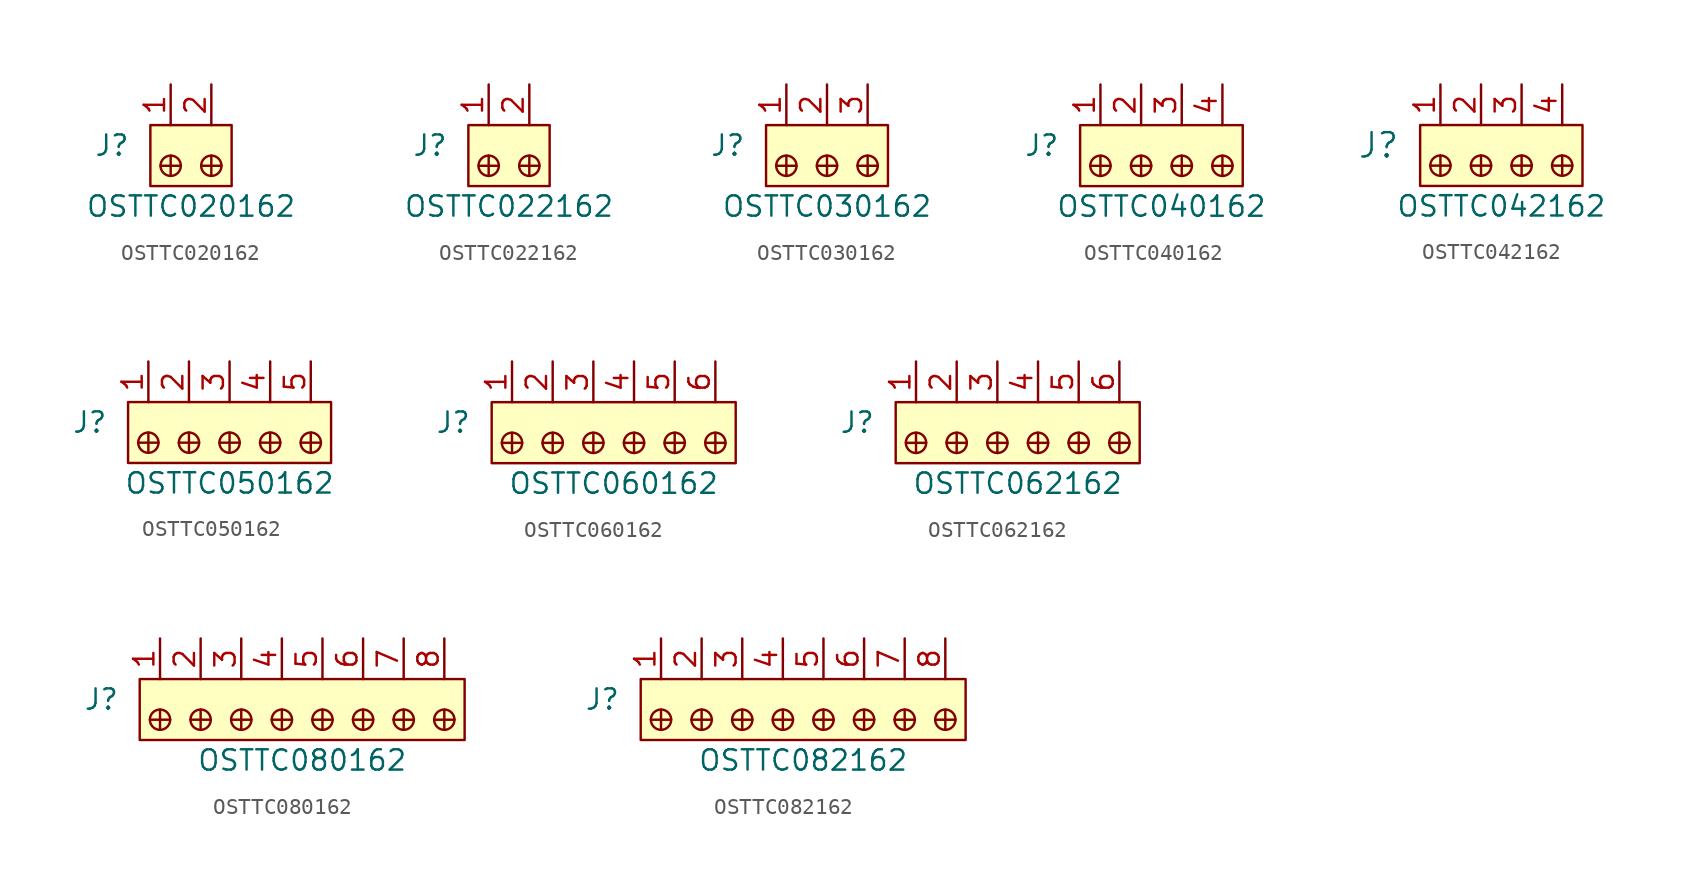
<source format=kicad_sym>
(kicad_symbol_lib
  (version 20201005)
  (generator kicad_symbol_editor)
  (symbol "OSTTC020162"
    (pin_names
      (offset 1.016))
    (property "Reference" "J"
      (at -2.54 1.27 0)
      (effects (font (size 1.27 1.27)) (justify right)))
    (property "Value" "OSTTC020162"
      (at 1.27 -2.54 0)
      (effects (font (size 1.27 1.27))))
    (symbol "OSTTC020162_1_1"
      (circle (center 0 0) (radius 0.635) (stroke (width 0)) (fill (type none)))
      (circle (center 2.54 0) (radius 0.635) (stroke (width 0)) (fill (type none)))
      (rectangle (start -1.27 2.54) (end 3.81 -1.27) (stroke (width 0)) (fill (type background)))
      (polyline (pts (xy 0 0.635) (xy 0 -0.635)) (stroke (width 0)) (fill (type none)))
      (polyline (pts (xy 0.635 0) (xy -0.635 0)) (stroke (width 0)) (fill (type none)))
      (polyline (pts (xy 1.905 0) (xy 3.175 0)) (stroke (width 0)) (fill (type none)))
      (polyline (pts (xy 2.54 0.635) (xy 2.54 -0.635)) (stroke (width 0)) (fill (type none)))
      (pin passive line (at 0 5.08 270) (length 2.54) (name "~" (effects (font (size 1.27 1.27)))) (number "1" (effects (font (size 1.27 1.27)))))
      (pin passive line (at 2.54 5.08 270) (length 2.54) (name "~" (effects (font (size 1.27 1.27)))) (number "2" (effects (font (size 1.27 1.27)))))))
  (symbol "OSTTC022162"
    (pin_names
      (offset 1.016))
    (property "Reference" "J"
      (at -2.54 -1.27 0)
      (effects (font (size 1.27 1.27)) (justify right)))
    (property "Value" "OSTTC022162"
      (at 1.27 -5.08 0)
      (effects (font (size 1.27 1.27))))
    (symbol "OSTTC022162_1_1"
      (circle (center 0 -2.54) (radius 0.635) (stroke (width 0)) (fill (type none)))
      (circle (center 2.54 -2.54) (radius 0.635) (stroke (width 0)) (fill (type none)))
      (rectangle (start -1.27 0) (end 3.81 -3.81) (stroke (width 0)) (fill (type background)))
      (polyline (pts (xy 0 -1.905) (xy 0 -3.175)) (stroke (width 0)) (fill (type none)))
      (polyline (pts (xy 0.635 -2.54) (xy -0.635 -2.54)) (stroke (width 0)) (fill (type none)))
      (polyline (pts (xy 1.905 -2.54) (xy 3.175 -2.54)) (stroke (width 0)) (fill (type none)))
      (polyline (pts (xy 2.54 -1.905) (xy 2.54 -3.175)) (stroke (width 0)) (fill (type none)))
      (pin passive line (at 0 2.54 270) (length 2.54) (name "~" (effects (font (size 1.27 1.27)))) (number "1" (effects (font (size 1.27 1.27)))))
      (pin passive line (at 2.54 2.54 270) (length 2.54) (name "~" (effects (font (size 1.27 1.27)))) (number "2" (effects (font (size 1.27 1.27)))))))
  (symbol "OSTTC030162"
    (pin_names
      (offset 1.016))
    (property "Reference" "J"
      (at -2.54 1.27 0)
      (effects (font (size 1.27 1.27)) (justify right)))
    (property "Value" "OSTTC030162"
      (at 2.54 -2.54 0)
      (effects (font (size 1.27 1.27))))
    (symbol "OSTTC030162_1_1"
      (circle (center 0 0) (radius 0.635) (stroke (width 0)) (fill (type none)))
      (circle (center 2.54 0) (radius 0.635) (stroke (width 0)) (fill (type none)))
      (circle (center 5.08 0) (radius 0.635) (stroke (width 0)) (fill (type none)))
      (rectangle (start -1.27 2.54) (end 6.35 -1.27) (stroke (width 0)) (fill (type background)))
      (polyline (pts (xy 0 0.635) (xy 0 -0.635)) (stroke (width 0)) (fill (type none)))
      (polyline (pts (xy 0.635 0) (xy -0.635 0)) (stroke (width 0)) (fill (type none)))
      (polyline (pts (xy 1.905 0) (xy 3.175 0)) (stroke (width 0)) (fill (type none)))
      (polyline (pts (xy 2.54 0.635) (xy 2.54 -0.635)) (stroke (width 0)) (fill (type none)))
      (polyline (pts (xy 4.445 0) (xy 5.715 0)) (stroke (width 0)) (fill (type none)))
      (polyline (pts (xy 5.08 0.635) (xy 5.08 -0.635)) (stroke (width 0)) (fill (type none)))
      (pin passive line (at 0 5.08 270) (length 2.54) (name "~" (effects (font (size 1.27 1.27)))) (number "1" (effects (font (size 1.27 1.27)))))
      (pin passive line (at 2.54 5.08 270) (length 2.54) (name "~" (effects (font (size 1.27 1.27)))) (number "2" (effects (font (size 1.27 1.27)))))
      (pin passive line (at 5.08 5.08 270) (length 2.54) (name "~" (effects (font (size 1.27 1.27)))) (number "3" (effects (font (size 1.27 1.27)))))))
  (symbol "OSTTC040162"
    (pin_names
      (offset 1.016))
    (property "Reference" "J"
      (at -2.54 -1.27 0)
      (effects (font (size 1.27 1.27)) (justify right)))
    (property "Value" "OSTTC040162"
      (at 3.81 -5.08 0)
      (effects (font (size 1.27 1.27))))
    (symbol "OSTTC040162_1_1"
      (circle (center 0 -2.54) (radius 0.635) (stroke (width 0)) (fill (type none)))
      (circle (center 2.54 -2.54) (radius 0.635) (stroke (width 0)) (fill (type none)))
      (circle (center 5.08 -2.54) (radius 0.635) (stroke (width 0)) (fill (type none)))
      (circle (center 7.62 -2.54) (radius 0.635) (stroke (width 0)) (fill (type none)))
      (rectangle (start -1.27 0) (end 8.89 -3.81) (stroke (width 0)) (fill (type background)))
      (polyline (pts (xy 0 -1.905) (xy 0 -3.175)) (stroke (width 0)) (fill (type none)))
      (polyline (pts (xy 0.635 -2.54) (xy -0.635 -2.54)) (stroke (width 0)) (fill (type none)))
      (polyline (pts (xy 1.905 -2.54) (xy 3.175 -2.54)) (stroke (width 0)) (fill (type none)))
      (polyline (pts (xy 2.54 -1.905) (xy 2.54 -3.175)) (stroke (width 0)) (fill (type none)))
      (polyline (pts (xy 5.08 -1.905) (xy 5.08 -3.175)) (stroke (width 0)) (fill (type none)))
      (polyline (pts (xy 5.715 -2.54) (xy 4.445 -2.54)) (stroke (width 0)) (fill (type none)))
      (polyline (pts (xy 6.985 -2.54) (xy 8.255 -2.54)) (stroke (width 0)) (fill (type none)))
      (polyline (pts (xy 7.62 -1.905) (xy 7.62 -3.175)) (stroke (width 0)) (fill (type none)))
      (pin passive line (at 0 2.54 270) (length 2.54) (name "~" (effects (font (size 1.27 1.27)))) (number "1" (effects (font (size 1.27 1.27)))))
      (pin passive line (at 2.54 2.54 270) (length 2.54) (name "~" (effects (font (size 1.27 1.27)))) (number "2" (effects (font (size 1.27 1.27)))))
      (pin passive line (at 5.08 2.54 270) (length 2.54) (name "~" (effects (font (size 1.27 1.27)))) (number "3" (effects (font (size 1.27 1.27)))))
      (pin passive line (at 7.62 2.54 270) (length 2.54) (name "~" (effects (font (size 1.27 1.27)))) (number "4" (effects (font (size 1.27 1.27)))))))
  (symbol "OSTTC042162"
    (pin_names
      (offset 1.016))
    (property "Reference" "J"
      (at -2.54 -1.27 0)
      (effects (font (size 1.524 1.524)) (justify right)))
    (property "Value" "OSTTC042162"
      (at 3.81 -5.08 0)
      (effects (font (size 1.27 1.27))))
    (symbol "OSTTC042162_1_1"
      (circle (center 0 -2.54) (radius 0.635) (stroke (width 0)) (fill (type none)))
      (circle (center 2.54 -2.54) (radius 0.635) (stroke (width 0)) (fill (type none)))
      (circle (center 5.08 -2.54) (radius 0.635) (stroke (width 0)) (fill (type none)))
      (circle (center 7.62 -2.54) (radius 0.635) (stroke (width 0)) (fill (type none)))
      (rectangle (start -1.27 0) (end 8.89 -3.81) (stroke (width 0)) (fill (type background)))
      (polyline (pts (xy 0 -1.905) (xy 0 -3.175)) (stroke (width 0)) (fill (type none)))
      (polyline (pts (xy 0.635 -2.54) (xy -0.635 -2.54)) (stroke (width 0)) (fill (type none)))
      (polyline (pts (xy 1.905 -2.54) (xy 3.175 -2.54)) (stroke (width 0)) (fill (type none)))
      (polyline (pts (xy 2.54 -1.905) (xy 2.54 -3.175)) (stroke (width 0)) (fill (type none)))
      (polyline (pts (xy 5.08 -1.905) (xy 5.08 -3.175)) (stroke (width 0)) (fill (type none)))
      (polyline (pts (xy 5.715 -2.54) (xy 4.445 -2.54)) (stroke (width 0)) (fill (type none)))
      (polyline (pts (xy 6.985 -2.54) (xy 8.255 -2.54)) (stroke (width 0)) (fill (type none)))
      (polyline (pts (xy 7.62 -1.905) (xy 7.62 -3.175)) (stroke (width 0)) (fill (type none)))
      (pin passive line (at 0 2.54 270) (length 2.54) (name "~" (effects (font (size 1.27 1.27)))) (number "1" (effects (font (size 1.27 1.27)))))
      (pin passive line (at 2.54 2.54 270) (length 2.54) (name "~" (effects (font (size 1.27 1.27)))) (number "2" (effects (font (size 1.27 1.27)))))
      (pin passive line (at 5.08 2.54 270) (length 2.54) (name "~" (effects (font (size 1.27 1.27)))) (number "3" (effects (font (size 1.27 1.27)))))
      (pin passive line (at 7.62 2.54 270) (length 2.54) (name "~" (effects (font (size 1.27 1.27)))) (number "4" (effects (font (size 1.27 1.27)))))))
  (symbol "OSTTC050162"
    (pin_names
      (offset 1.016))
    (property "Reference" "J"
      (at -2.54 -1.27 0)
      (effects (font (size 1.27 1.27)) (justify right)))
    (property "Value" "OSTTC050162"
      (at 5.08 -5.08 0)
      (effects (font (size 1.27 1.27))))
    (symbol "OSTTC050162_1_1"
      (circle (center 0 -2.54) (radius 0.635) (stroke (width 0)) (fill (type none)))
      (circle (center 2.54 -2.54) (radius 0.635) (stroke (width 0)) (fill (type none)))
      (circle (center 5.08 -2.54) (radius 0.635) (stroke (width 0)) (fill (type none)))
      (circle (center 7.62 -2.54) (radius 0.635) (stroke (width 0)) (fill (type none)))
      (circle (center 10.16 -2.54) (radius 0.635) (stroke (width 0)) (fill (type none)))
      (rectangle (start -1.27 0) (end 11.43 -3.81) (stroke (width 0)) (fill (type background)))
      (polyline (pts (xy 0 -1.905) (xy 0 -3.175)) (stroke (width 0)) (fill (type none)))
      (polyline (pts (xy 0.635 -2.54) (xy -0.635 -2.54)) (stroke (width 0)) (fill (type none)))
      (polyline (pts (xy 1.905 -2.54) (xy 3.175 -2.54)) (stroke (width 0)) (fill (type none)))
      (polyline (pts (xy 2.54 -1.905) (xy 2.54 -3.175)) (stroke (width 0)) (fill (type none)))
      (polyline (pts (xy 5.08 -1.905) (xy 5.08 -3.175)) (stroke (width 0)) (fill (type none)))
      (polyline (pts (xy 5.715 -2.54) (xy 4.445 -2.54)) (stroke (width 0)) (fill (type none)))
      (polyline (pts (xy 6.985 -2.54) (xy 8.255 -2.54)) (stroke (width 0)) (fill (type none)))
      (polyline (pts (xy 7.62 -1.905) (xy 7.62 -3.175)) (stroke (width 0)) (fill (type none)))
      (polyline (pts (xy 9.525 -2.54) (xy 10.795 -2.54)) (stroke (width 0)) (fill (type none)))
      (polyline (pts (xy 10.16 -1.905) (xy 10.16 -3.175)) (stroke (width 0)) (fill (type none)))
      (pin passive line (at 0 2.54 270) (length 2.54) (name "~" (effects (font (size 1.27 1.27)))) (number "1" (effects (font (size 1.27 1.27)))))
      (pin passive line (at 2.54 2.54 270) (length 2.54) (name "~" (effects (font (size 1.27 1.27)))) (number "2" (effects (font (size 1.27 1.27)))))
      (pin passive line (at 5.08 2.54 270) (length 2.54) (name "~" (effects (font (size 1.27 1.27)))) (number "3" (effects (font (size 1.27 1.27)))))
      (pin passive line (at 7.62 2.54 270) (length 2.54) (name "~" (effects (font (size 1.27 1.27)))) (number "4" (effects (font (size 1.27 1.27)))))
      (pin passive line (at 10.16 2.54 270) (length 2.54) (name "~" (effects (font (size 1.27 1.27)))) (number "5" (effects (font (size 1.27 1.27)))))))
  (symbol "OSTTC060162"
    (pin_names
      (offset 1.016))
    (property "Reference" "J"
      (at -2.54 -1.27 0)
      (effects (font (size 1.27 1.27)) (justify right)))
    (property "Value" "OSTTC060162"
      (at 6.35 -5.08 0)
      (effects (font (size 1.27 1.27))))
    (symbol "OSTTC060162_1_1"
      (circle (center 0 -2.54) (radius 0.635) (stroke (width 0)) (fill (type none)))
      (circle (center 2.54 -2.54) (radius 0.635) (stroke (width 0)) (fill (type none)))
      (circle (center 5.08 -2.54) (radius 0.635) (stroke (width 0)) (fill (type none)))
      (circle (center 7.62 -2.54) (radius 0.635) (stroke (width 0)) (fill (type none)))
      (circle (center 10.16 -2.54) (radius 0.635) (stroke (width 0)) (fill (type none)))
      (circle (center 12.7 -2.54) (radius 0.635) (stroke (width 0)) (fill (type none)))
      (rectangle (start -1.27 0) (end 13.97 -3.81) (stroke (width 0)) (fill (type background)))
      (polyline (pts (xy 0 -1.905) (xy 0 -3.175)) (stroke (width 0)) (fill (type none)))
      (polyline (pts (xy 0.635 -2.54) (xy -0.635 -2.54)) (stroke (width 0)) (fill (type none)))
      (polyline (pts (xy 1.905 -2.54) (xy 3.175 -2.54)) (stroke (width 0)) (fill (type none)))
      (polyline (pts (xy 2.54 -1.905) (xy 2.54 -3.175)) (stroke (width 0)) (fill (type none)))
      (polyline (pts (xy 5.08 -1.905) (xy 5.08 -3.175)) (stroke (width 0)) (fill (type none)))
      (polyline (pts (xy 5.715 -2.54) (xy 4.445 -2.54)) (stroke (width 0)) (fill (type none)))
      (polyline (pts (xy 6.985 -2.54) (xy 8.255 -2.54)) (stroke (width 0)) (fill (type none)))
      (polyline (pts (xy 7.62 -1.905) (xy 7.62 -3.175)) (stroke (width 0)) (fill (type none)))
      (polyline (pts (xy 10.16 -1.905) (xy 10.16 -3.175)) (stroke (width 0)) (fill (type none)))
      (polyline (pts (xy 10.795 -2.54) (xy 9.525 -2.54)) (stroke (width 0)) (fill (type none)))
      (polyline (pts (xy 12.065 -2.54) (xy 13.335 -2.54)) (stroke (width 0)) (fill (type none)))
      (polyline (pts (xy 12.7 -1.905) (xy 12.7 -3.175)) (stroke (width 0)) (fill (type none)))
      (pin passive line (at 0 2.54 270) (length 2.54) (name "~" (effects (font (size 1.27 1.27)))) (number "1" (effects (font (size 1.27 1.27)))))
      (pin passive line (at 2.54 2.54 270) (length 2.54) (name "~" (effects (font (size 1.27 1.27)))) (number "2" (effects (font (size 1.27 1.27)))))
      (pin passive line (at 5.08 2.54 270) (length 2.54) (name "~" (effects (font (size 1.27 1.27)))) (number "3" (effects (font (size 1.27 1.27)))))
      (pin passive line (at 7.62 2.54 270) (length 2.54) (name "~" (effects (font (size 1.27 1.27)))) (number "4" (effects (font (size 1.27 1.27)))))
      (pin passive line (at 10.16 2.54 270) (length 2.54) (name "~" (effects (font (size 1.27 1.27)))) (number "5" (effects (font (size 1.27 1.27)))))
      (pin passive line (at 12.7 2.54 270) (length 2.54) (name "~" (effects (font (size 1.27 1.27)))) (number "6" (effects (font (size 1.27 1.27)))))))
  (symbol "OSTTC062162"
    (pin_names
      (offset 1.016))
    (property "Reference" "J"
      (at -2.54 -1.27 0)
      (effects (font (size 1.27 1.27)) (justify right)))
    (property "Value" "OSTTC062162"
      (at 6.35 -5.08 0)
      (effects (font (size 1.27 1.27))))
    (symbol "OSTTC062162_1_1"
      (circle (center 0 -2.54) (radius 0.635) (stroke (width 0)) (fill (type none)))
      (circle (center 2.54 -2.54) (radius 0.635) (stroke (width 0)) (fill (type none)))
      (circle (center 5.08 -2.54) (radius 0.635) (stroke (width 0)) (fill (type none)))
      (circle (center 7.62 -2.54) (radius 0.635) (stroke (width 0)) (fill (type none)))
      (circle (center 10.16 -2.54) (radius 0.635) (stroke (width 0)) (fill (type none)))
      (circle (center 12.7 -2.54) (radius 0.635) (stroke (width 0)) (fill (type none)))
      (rectangle (start -1.27 0) (end 13.97 -3.81) (stroke (width 0)) (fill (type background)))
      (polyline (pts (xy 0 -1.905) (xy 0 -3.175)) (stroke (width 0)) (fill (type none)))
      (polyline (pts (xy 0.635 -2.54) (xy -0.635 -2.54)) (stroke (width 0)) (fill (type none)))
      (polyline (pts (xy 1.905 -2.54) (xy 3.175 -2.54)) (stroke (width 0)) (fill (type none)))
      (polyline (pts (xy 2.54 -1.905) (xy 2.54 -3.175)) (stroke (width 0)) (fill (type none)))
      (polyline (pts (xy 5.08 -1.905) (xy 5.08 -3.175)) (stroke (width 0)) (fill (type none)))
      (polyline (pts (xy 5.715 -2.54) (xy 4.445 -2.54)) (stroke (width 0)) (fill (type none)))
      (polyline (pts (xy 6.985 -2.54) (xy 8.255 -2.54)) (stroke (width 0)) (fill (type none)))
      (polyline (pts (xy 7.62 -1.905) (xy 7.62 -3.175)) (stroke (width 0)) (fill (type none)))
      (polyline (pts (xy 10.16 -1.905) (xy 10.16 -3.175)) (stroke (width 0)) (fill (type none)))
      (polyline (pts (xy 10.795 -2.54) (xy 9.525 -2.54)) (stroke (width 0)) (fill (type none)))
      (polyline (pts (xy 12.065 -2.54) (xy 13.335 -2.54)) (stroke (width 0)) (fill (type none)))
      (polyline (pts (xy 12.7 -1.905) (xy 12.7 -3.175)) (stroke (width 0)) (fill (type none)))
      (pin passive line (at 0 2.54 270) (length 2.54) (name "~" (effects (font (size 1.27 1.27)))) (number "1" (effects (font (size 1.27 1.27)))))
      (pin passive line (at 2.54 2.54 270) (length 2.54) (name "~" (effects (font (size 1.27 1.27)))) (number "2" (effects (font (size 1.27 1.27)))))
      (pin passive line (at 5.08 2.54 270) (length 2.54) (name "~" (effects (font (size 1.27 1.27)))) (number "3" (effects (font (size 1.27 1.27)))))
      (pin passive line (at 7.62 2.54 270) (length 2.54) (name "~" (effects (font (size 1.27 1.27)))) (number "4" (effects (font (size 1.27 1.27)))))
      (pin passive line (at 10.16 2.54 270) (length 2.54) (name "~" (effects (font (size 1.27 1.27)))) (number "5" (effects (font (size 1.27 1.27)))))
      (pin passive line (at 12.7 2.54 270) (length 2.54) (name "~" (effects (font (size 1.27 1.27)))) (number "6" (effects (font (size 1.27 1.27)))))))
  (symbol "OSTTC080162"
    (pin_names
      (offset 1.016))
    (property "Reference" "J"
      (at -2.54 -1.27 0)
      (effects (font (size 1.27 1.27)) (justify right)))
    (property "Value" "OSTTC080162"
      (at 8.89 -5.08 0)
      (effects (font (size 1.27 1.27))))
    (symbol "OSTTC080162_1_1"
      (circle (center 0 -2.54) (radius 0.635) (stroke (width 0)) (fill (type none)))
      (circle (center 2.54 -2.54) (radius 0.635) (stroke (width 0)) (fill (type none)))
      (circle (center 5.08 -2.54) (radius 0.635) (stroke (width 0)) (fill (type none)))
      (circle (center 7.62 -2.54) (radius 0.635) (stroke (width 0)) (fill (type none)))
      (circle (center 10.16 -2.54) (radius 0.635) (stroke (width 0)) (fill (type none)))
      (circle (center 12.7 -2.54) (radius 0.635) (stroke (width 0)) (fill (type none)))
      (circle (center 15.24 -2.54) (radius 0.635) (stroke (width 0)) (fill (type none)))
      (circle (center 17.78 -2.54) (radius 0.635) (stroke (width 0)) (fill (type none)))
      (rectangle (start -1.27 0) (end 19.05 -3.81) (stroke (width 0)) (fill (type background)))
      (polyline (pts (xy 0 -1.905) (xy 0 -3.175)) (stroke (width 0)) (fill (type none)))
      (polyline (pts (xy 0.635 -2.54) (xy -0.635 -2.54)) (stroke (width 0)) (fill (type none)))
      (polyline (pts (xy 1.905 -2.54) (xy 3.175 -2.54)) (stroke (width 0)) (fill (type none)))
      (polyline (pts (xy 2.54 -1.905) (xy 2.54 -3.175)) (stroke (width 0)) (fill (type none)))
      (polyline (pts (xy 5.08 -1.905) (xy 5.08 -3.175)) (stroke (width 0)) (fill (type none)))
      (polyline (pts (xy 5.715 -2.54) (xy 4.445 -2.54)) (stroke (width 0)) (fill (type none)))
      (polyline (pts (xy 6.985 -2.54) (xy 8.255 -2.54)) (stroke (width 0)) (fill (type none)))
      (polyline (pts (xy 7.62 -1.905) (xy 7.62 -3.175)) (stroke (width 0)) (fill (type none)))
      (polyline (pts (xy 10.16 -1.905) (xy 10.16 -3.175)) (stroke (width 0)) (fill (type none)))
      (polyline (pts (xy 10.795 -2.54) (xy 9.525 -2.54)) (stroke (width 0)) (fill (type none)))
      (polyline (pts (xy 12.065 -2.54) (xy 13.335 -2.54)) (stroke (width 0)) (fill (type none)))
      (polyline (pts (xy 12.7 -1.905) (xy 12.7 -3.175)) (stroke (width 0)) (fill (type none)))
      (polyline (pts (xy 15.24 -1.905) (xy 15.24 -3.175)) (stroke (width 0)) (fill (type none)))
      (polyline (pts (xy 15.875 -2.54) (xy 14.605 -2.54)) (stroke (width 0)) (fill (type none)))
      (polyline (pts (xy 17.145 -2.54) (xy 18.415 -2.54)) (stroke (width 0)) (fill (type none)))
      (polyline (pts (xy 17.78 -1.905) (xy 17.78 -3.175)) (stroke (width 0)) (fill (type none)))
      (pin passive line (at 0 2.54 270) (length 2.54) (name "~" (effects (font (size 1.27 1.27)))) (number "1" (effects (font (size 1.27 1.27)))))
      (pin passive line (at 2.54 2.54 270) (length 2.54) (name "~" (effects (font (size 1.27 1.27)))) (number "2" (effects (font (size 1.27 1.27)))))
      (pin passive line (at 5.08 2.54 270) (length 2.54) (name "~" (effects (font (size 1.27 1.27)))) (number "3" (effects (font (size 1.27 1.27)))))
      (pin passive line (at 7.62 2.54 270) (length 2.54) (name "~" (effects (font (size 1.27 1.27)))) (number "4" (effects (font (size 1.27 1.27)))))
      (pin passive line (at 10.16 2.54 270) (length 2.54) (name "~" (effects (font (size 1.27 1.27)))) (number "5" (effects (font (size 1.27 1.27)))))
      (pin passive line (at 12.7 2.54 270) (length 2.54) (name "~" (effects (font (size 1.27 1.27)))) (number "6" (effects (font (size 1.27 1.27)))))
      (pin passive line (at 15.24 2.54 270) (length 2.54) (name "~" (effects (font (size 1.27 1.27)))) (number "7" (effects (font (size 1.27 1.27)))))
      (pin passive line (at 17.78 2.54 270) (length 2.54) (name "~" (effects (font (size 1.27 1.27)))) (number "8" (effects (font (size 1.27 1.27)))))))
  (symbol "OSTTC082162"
    (pin_names
      (offset 1.016))
    (property "Reference" "J"
      (at -2.54 -1.27 0)
      (effects (font (size 1.27 1.27)) (justify right)))
    (property "Value" "OSTTC082162"
      (at 8.89 -5.08 0)
      (effects (font (size 1.27 1.27))))
    (symbol "OSTTC082162_1_1"
      (circle (center 0 -2.54) (radius 0.635) (stroke (width 0)) (fill (type none)))
      (circle (center 2.54 -2.54) (radius 0.635) (stroke (width 0)) (fill (type none)))
      (circle (center 5.08 -2.54) (radius 0.635) (stroke (width 0)) (fill (type none)))
      (circle (center 7.62 -2.54) (radius 0.635) (stroke (width 0)) (fill (type none)))
      (circle (center 10.16 -2.54) (radius 0.635) (stroke (width 0)) (fill (type none)))
      (circle (center 12.7 -2.54) (radius 0.635) (stroke (width 0)) (fill (type none)))
      (circle (center 15.24 -2.54) (radius 0.635) (stroke (width 0)) (fill (type none)))
      (circle (center 17.78 -2.54) (radius 0.635) (stroke (width 0)) (fill (type none)))
      (rectangle (start -1.27 0) (end 19.05 -3.81) (stroke (width 0)) (fill (type background)))
      (polyline (pts (xy 0 -1.905) (xy 0 -3.175)) (stroke (width 0)) (fill (type none)))
      (polyline (pts (xy 0.635 -2.54) (xy -0.635 -2.54)) (stroke (width 0)) (fill (type none)))
      (polyline (pts (xy 1.905 -2.54) (xy 3.175 -2.54)) (stroke (width 0)) (fill (type none)))
      (polyline (pts (xy 2.54 -1.905) (xy 2.54 -3.175)) (stroke (width 0)) (fill (type none)))
      (polyline (pts (xy 5.08 -1.905) (xy 5.08 -3.175)) (stroke (width 0)) (fill (type none)))
      (polyline (pts (xy 5.715 -2.54) (xy 4.445 -2.54)) (stroke (width 0)) (fill (type none)))
      (polyline (pts (xy 6.985 -2.54) (xy 8.255 -2.54)) (stroke (width 0)) (fill (type none)))
      (polyline (pts (xy 7.62 -1.905) (xy 7.62 -3.175)) (stroke (width 0)) (fill (type none)))
      (polyline (pts (xy 10.16 -1.905) (xy 10.16 -3.175)) (stroke (width 0)) (fill (type none)))
      (polyline (pts (xy 10.795 -2.54) (xy 9.525 -2.54)) (stroke (width 0)) (fill (type none)))
      (polyline (pts (xy 12.065 -2.54) (xy 13.335 -2.54)) (stroke (width 0)) (fill (type none)))
      (polyline (pts (xy 12.7 -1.905) (xy 12.7 -3.175)) (stroke (width 0)) (fill (type none)))
      (polyline (pts (xy 15.24 -1.905) (xy 15.24 -3.175)) (stroke (width 0)) (fill (type none)))
      (polyline (pts (xy 15.875 -2.54) (xy 14.605 -2.54)) (stroke (width 0)) (fill (type none)))
      (polyline (pts (xy 17.145 -2.54) (xy 18.415 -2.54)) (stroke (width 0)) (fill (type none)))
      (polyline (pts (xy 17.78 -1.905) (xy 17.78 -3.175)) (stroke (width 0)) (fill (type none)))
      (pin passive line (at 0 2.54 270) (length 2.54) (name "~" (effects (font (size 1.27 1.27)))) (number "1" (effects (font (size 1.27 1.27)))))
      (pin passive line (at 2.54 2.54 270) (length 2.54) (name "~" (effects (font (size 1.27 1.27)))) (number "2" (effects (font (size 1.27 1.27)))))
      (pin passive line (at 5.08 2.54 270) (length 2.54) (name "~" (effects (font (size 1.27 1.27)))) (number "3" (effects (font (size 1.27 1.27)))))
      (pin passive line (at 7.62 2.54 270) (length 2.54) (name "~" (effects (font (size 1.27 1.27)))) (number "4" (effects (font (size 1.27 1.27)))))
      (pin passive line (at 10.16 2.54 270) (length 2.54) (name "~" (effects (font (size 1.27 1.27)))) (number "5" (effects (font (size 1.27 1.27)))))
      (pin passive line (at 12.7 2.54 270) (length 2.54) (name "~" (effects (font (size 1.27 1.27)))) (number "6" (effects (font (size 1.27 1.27)))))
      (pin passive line (at 15.24 2.54 270) (length 2.54) (name "~" (effects (font (size 1.27 1.27)))) (number "7" (effects (font (size 1.27 1.27)))))
      (pin passive line (at 17.78 2.54 270) (length 2.54) (name "~" (effects (font (size 1.27 1.27)))) (number "8" (effects (font (size 1.27 1.27))))))))
</source>
